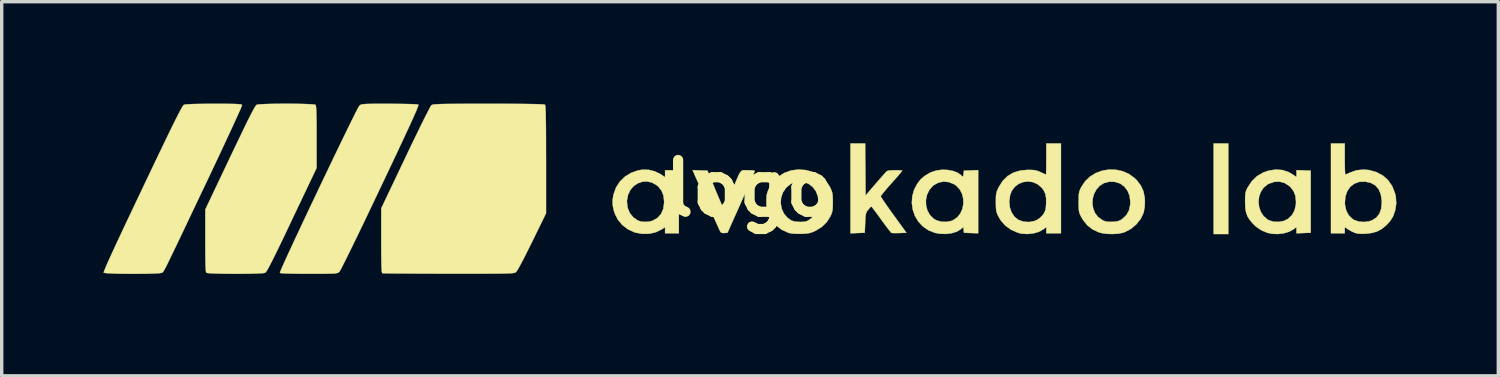
<source format=kicad_pcb>
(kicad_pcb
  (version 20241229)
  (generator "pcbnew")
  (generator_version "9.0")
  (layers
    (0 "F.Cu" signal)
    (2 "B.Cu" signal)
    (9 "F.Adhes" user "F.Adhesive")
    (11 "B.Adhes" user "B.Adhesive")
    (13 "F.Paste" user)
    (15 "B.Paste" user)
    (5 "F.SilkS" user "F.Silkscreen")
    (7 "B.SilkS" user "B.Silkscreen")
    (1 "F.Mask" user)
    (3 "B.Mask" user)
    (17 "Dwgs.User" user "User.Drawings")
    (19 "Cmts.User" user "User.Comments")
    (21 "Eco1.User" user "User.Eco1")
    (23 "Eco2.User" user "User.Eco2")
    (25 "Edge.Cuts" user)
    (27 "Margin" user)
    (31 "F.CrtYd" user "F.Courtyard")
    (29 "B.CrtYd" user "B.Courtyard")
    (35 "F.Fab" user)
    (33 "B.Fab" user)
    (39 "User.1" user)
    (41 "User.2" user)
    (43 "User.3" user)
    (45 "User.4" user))
  (footprint "logo"
    (layer "F.Cu")
    (at 19.023 2.496)
    (property "Reference" "logo" (at 0 0 0) (layer "F.SilkS") (effects (font (size 1.524 1.524) (thickness 0.3))))
    (attr through_hole)
    (fp_poly (pts (xy 14.097 1.346) (xy 13.665 1.346) (xy 13.665 -1.321) (xy 14.097 -1.321) (xy 14.097 1.346)) (stroke (width 0.01) (type solid)) (fill yes) (layer "F.SilkS"))
    (fp_poly (pts (xy -1.239 -0.521) (xy -1.006 0.044) (xy -0.94 0.202) (xy -0.88 0.344) (xy -0.829 0.464) (xy -0.79 0.554) (xy -0.765 0.609) (xy -0.758 0.622) (xy -0.745 0.604) (xy -0.715 0.545) (xy -0.673 0.452) (xy -0.621 0.331) (xy -0.562 0.19) (xy -0.534 0.121) (xy -0.456 -0.071) (xy -0.395 -0.222) (xy -0.346 -0.336) (xy -0.307 -0.419) (xy -0.274 -0.475) (xy -0.242 -0.51) (xy -0.209 -0.528) (xy -0.17 -0.535) (xy -0.121 -0.535) (xy -0.06 -0.533) (xy -0.05 -0.533) (xy 0.044 -0.531) (xy 0.115 -0.524) (xy 0.15 -0.514) (xy 0.152 -0.511) (xy 0.142 -0.483) (xy 0.114 -0.414) (xy 0.069 -0.31) (xy 0.01 -0.174) (xy -0.061 -0.013) (xy -0.142 0.169) (xy -0.23 0.366) (xy -0.249 0.41) (xy -0.651 1.308) (xy -0.743 1.316) (xy -0.812 1.314) (xy -0.852 1.288) (xy -0.863 1.271) (xy -0.879 1.239) (xy -0.912 1.166) (xy -0.961 1.06) (xy -1.021 0.927) (xy -1.091 0.773) (xy -1.167 0.606) (xy -1.246 0.431) (xy -1.326 0.254) (xy -1.403 0.084) (xy -1.474 -0.075) (xy -1.537 -0.216) (xy -1.589 -0.331) (xy -1.626 -0.416) (xy -1.642 -0.452) (xy -1.678 -0.535) (xy -1.239 -0.521)) (stroke (width 0.01) (type solid)) (fill yes) (layer "F.SilkS"))
    (fp_poly (pts (xy -2.975 -0.546) (xy -2.794 -0.501) (xy -2.627 -0.421) (xy -2.599 -0.403) (xy -2.489 -0.328) (xy -2.489 -0.533) (xy -2.083 -0.533) (xy -2.083 1.321) (xy -2.489 1.321) (xy -2.489 1.142) (xy -2.588 1.208) (xy -2.76 1.292) (xy -2.954 1.337) (xy -3.16 1.34) (xy -3.366 1.302) (xy -3.391 1.294) (xy -3.585 1.205) (xy -3.751 1.077) (xy -3.883 0.916) (xy -3.976 0.726) (xy -3.999 0.649) (xy -4.03 0.501) (xy -4.034 0.391) (xy -3.612 0.391) (xy -3.591 0.574) (xy -3.527 0.729) (xy -3.421 0.857) (xy -3.289 0.948) (xy -3.195 0.978) (xy -3.075 0.988) (xy -2.951 0.978) (xy -2.85 0.951) (xy -2.708 0.867) (xy -2.605 0.751) (xy -2.541 0.602) (xy -2.516 0.421) (xy -2.516 0.394) (xy -2.534 0.217) (xy -2.591 0.07) (xy -2.689 -0.052) (xy -2.739 -0.094) (xy -2.877 -0.171) (xy -3.02 -0.203) (xy -3.162 -0.194) (xy -3.295 -0.146) (xy -3.414 -0.065) (xy -3.51 0.047) (xy -3.578 0.186) (xy -3.61 0.347) (xy -3.612 0.391) (xy -4.034 0.391) (xy -4.035 0.371) (xy -4.017 0.231) (xy -4.004 0.174) (xy -3.932 -0.026) (xy -3.819 -0.2) (xy -3.67 -0.345) (xy -3.491 -0.455) (xy -3.286 -0.527) (xy -3.151 -0.55) (xy -2.975 -0.546)) (stroke (width 0.01) (type solid)) (fill yes) (layer "F.SilkS"))
    (fp_poly (pts (xy 3.41 -0.556) (xy 3.416 0.209) (xy 3.705 -0.125) (xy 3.802 -0.237) (xy 3.89 -0.338) (xy 3.961 -0.419) (xy 4.011 -0.475) (xy 4.031 -0.496) (xy 4.071 -0.517) (xy 4.146 -0.529) (xy 4.263 -0.533) (xy 4.282 -0.533) (xy 4.379 -0.532) (xy 4.453 -0.528) (xy 4.492 -0.522) (xy 4.496 -0.519) (xy 4.48 -0.497) (xy 4.435 -0.443) (xy 4.366 -0.363) (xy 4.28 -0.264) (xy 4.18 -0.152) (xy 4.178 -0.15) (xy 4.078 -0.037) (xy 3.991 0.065) (xy 3.923 0.148) (xy 3.878 0.207) (xy 3.862 0.235) (xy 3.862 0.235) (xy 3.877 0.264) (xy 3.917 0.327) (xy 3.98 0.42) (xy 4.061 0.536) (xy 4.155 0.669) (xy 4.24 0.787) (xy 4.618 1.308) (xy 4.413 1.316) (xy 4.313 1.318) (xy 4.232 1.317) (xy 4.184 1.313) (xy 4.179 1.312) (xy 4.155 1.288) (xy 4.108 1.23) (xy 4.041 1.144) (xy 3.961 1.036) (xy 3.874 0.917) (xy 3.787 0.796) (xy 3.709 0.691) (xy 3.646 0.608) (xy 3.603 0.553) (xy 3.584 0.533) (xy 3.561 0.552) (xy 3.518 0.598) (xy 3.493 0.629) (xy 3.459 0.673) (xy 3.437 0.715) (xy 3.423 0.766) (xy 3.413 0.838) (xy 3.407 0.944) (xy 3.404 1.016) (xy 3.391 1.308) (xy 2.972 1.323) (xy 2.972 -1.321) (xy 3.403 -1.321) (xy 3.41 -0.556)) (stroke (width 0.01) (type solid)) (fill yes) (layer "F.SilkS"))
    (fp_poly (pts (xy 5.829 -0.542) (xy 5.987 -0.513) (xy 6.125 -0.461) (xy 6.229 -0.387) (xy 6.24 -0.376) (xy 6.27 -0.345) (xy 6.286 -0.349) (xy 6.295 -0.393) (xy 6.299 -0.422) (xy 6.312 -0.521) (xy 6.521 -0.528) (xy 6.731 -0.535) (xy 6.731 1.323) (xy 6.312 1.308) (xy 6.304 1.225) (xy 6.296 1.141) (xy 6.22 1.205) (xy 6.107 1.273) (xy 5.96 1.319) (xy 5.793 1.342) (xy 5.62 1.339) (xy 5.459 1.311) (xy 5.267 1.235) (xy 5.103 1.122) (xy 4.969 0.979) (xy 4.869 0.811) (xy 4.805 0.627) (xy 4.778 0.432) (xy 4.783 0.347) (xy 5.192 0.347) (xy 5.197 0.502) (xy 5.236 0.651) (xy 5.309 0.783) (xy 5.414 0.889) (xy 5.49 0.936) (xy 5.629 0.98) (xy 5.783 0.988) (xy 5.932 0.962) (xy 5.983 0.943) (xy 6.109 0.86) (xy 6.203 0.746) (xy 6.265 0.61) (xy 6.295 0.462) (xy 6.292 0.309) (xy 6.257 0.162) (xy 6.188 0.03) (xy 6.085 -0.079) (xy 6.029 -0.118) (xy 5.874 -0.182) (xy 5.717 -0.2) (xy 5.564 -0.17) (xy 5.425 -0.095) (xy 5.394 -0.07) (xy 5.29 0.052) (xy 5.223 0.194) (xy 5.192 0.347) (xy 4.783 0.347) (xy 4.791 0.233) (xy 4.847 0.037) (xy 4.944 -0.145) (xy 5.04 -0.266) (xy 5.151 -0.363) (xy 5.291 -0.447) (xy 5.353 -0.477) (xy 5.5 -0.525) (xy 5.663 -0.547) (xy 5.829 -0.542)) (stroke (width 0.01) (type solid)) (fill yes) (layer "F.SilkS"))
    (fp_poly (pts (xy 15.692 -0.539) (xy 15.877 -0.477) (xy 15.977 -0.419) (xy 16.104 -0.334) (xy 16.104 -0.535) (xy 16.313 -0.528) (xy 16.523 -0.521) (xy 16.523 1.308) (xy 16.104 1.323) (xy 16.104 1.14) (xy 16.016 1.207) (xy 15.889 1.277) (xy 15.732 1.324) (xy 15.56 1.345) (xy 15.389 1.339) (xy 15.253 1.311) (xy 15.07 1.235) (xy 14.917 1.131) (xy 14.825 1.043) (xy 14.729 0.931) (xy 14.663 0.827) (xy 14.621 0.716) (xy 14.599 0.584) (xy 14.592 0.419) (xy 14.592 0.397) (xy 14.987 0.397) (xy 15.004 0.549) (xy 15.054 0.693) (xy 15.136 0.818) (xy 15.25 0.916) (xy 15.302 0.944) (xy 15.436 0.983) (xy 15.585 0.987) (xy 15.73 0.96) (xy 15.853 0.901) (xy 15.853 0.901) (xy 15.972 0.788) (xy 16.05 0.645) (xy 16.087 0.473) (xy 16.09 0.394) (xy 16.073 0.225) (xy 16.021 0.086) (xy 15.929 -0.034) (xy 15.891 -0.07) (xy 15.757 -0.156) (xy 15.607 -0.197) (xy 15.45 -0.191) (xy 15.294 -0.138) (xy 15.256 -0.118) (xy 15.138 -0.021) (xy 15.054 0.103) (xy 15.004 0.245) (xy 14.987 0.397) (xy 14.592 0.397) (xy 14.592 0.394) (xy 14.593 0.267) (xy 14.598 0.176) (xy 14.609 0.109) (xy 14.628 0.052) (xy 14.658 -0.011) (xy 14.662 -0.018) (xy 14.789 -0.21) (xy 14.944 -0.36) (xy 15.128 -0.468) (xy 15.277 -0.519) (xy 15.492 -0.553) (xy 15.692 -0.539)) (stroke (width 0.01) (type solid)) (fill yes) (layer "F.SilkS"))
    (fp_poly (pts (xy 17.526 -0.864) (xy 17.527 -0.718) (xy 17.529 -0.591) (xy 17.533 -0.491) (xy 17.538 -0.427) (xy 17.543 -0.406) (xy 17.575 -0.417) (xy 17.634 -0.442) (xy 17.667 -0.458) (xy 17.87 -0.531) (xy 18.078 -0.553) (xy 18.238 -0.539) (xy 18.458 -0.478) (xy 18.647 -0.378) (xy 18.802 -0.24) (xy 18.922 -0.067) (xy 19.004 0.14) (xy 19.03 0.249) (xy 19.042 0.449) (xy 19.01 0.655) (xy 18.945 0.834) (xy 18.86 0.967) (xy 18.741 1.095) (xy 18.606 1.202) (xy 18.473 1.271) (xy 18.344 1.309) (xy 18.196 1.332) (xy 18.047 1.34) (xy 17.914 1.332) (xy 17.823 1.311) (xy 17.739 1.273) (xy 17.648 1.223) (xy 17.626 1.209) (xy 17.526 1.142) (xy 17.526 1.321) (xy 17.12 1.321) (xy 17.12 0.41) (xy 17.529 0.41) (xy 17.533 0.488) (xy 17.569 0.653) (xy 17.643 0.792) (xy 17.751 0.899) (xy 17.803 0.931) (xy 17.935 0.977) (xy 18.086 0.991) (xy 18.237 0.973) (xy 18.327 0.943) (xy 18.454 0.863) (xy 18.543 0.753) (xy 18.597 0.61) (xy 18.616 0.433) (xy 18.615 0.35) (xy 18.586 0.168) (xy 18.522 0.021) (xy 18.423 -0.089) (xy 18.289 -0.163) (xy 18.122 -0.198) (xy 18.118 -0.198) (xy 17.953 -0.19) (xy 17.809 -0.138) (xy 17.691 -0.048) (xy 17.603 0.076) (xy 17.548 0.23) (xy 17.529 0.41) (xy 17.12 0.41) (xy 17.12 -1.321) (xy 17.526 -1.321) (xy 17.526 -0.864)) (stroke (width 0.01) (type solid)) (fill yes) (layer "F.SilkS"))
    (fp_poly (pts (xy -13.407 -2.49) (xy -13.235 -2.487) (xy -13.081 -2.483) (xy -12.951 -2.478) (xy -12.853 -2.471) (xy -12.794 -2.464) (xy -12.781 -2.459) (xy -12.773 -2.436) (xy -12.766 -2.383) (xy -12.76 -2.297) (xy -12.756 -2.175) (xy -12.753 -2.013) (xy -12.751 -1.807) (xy -12.751 -1.555) (xy -12.751 -1.514) (xy -12.751 -0.599) (xy -13.478 0.929) (xy -13.627 1.244) (xy -13.757 1.516) (xy -13.869 1.747) (xy -13.963 1.94) (xy -14.042 2.099) (xy -14.107 2.227) (xy -14.159 2.325) (xy -14.199 2.398) (xy -14.23 2.447) (xy -14.253 2.476) (xy -14.266 2.486) (xy -14.31 2.495) (xy -14.395 2.502) (xy -14.514 2.507) (xy -14.661 2.512) (xy -14.827 2.515) (xy -15.006 2.516) (xy -15.19 2.516) (xy -15.371 2.515) (xy -15.543 2.512) (xy -15.697 2.509) (xy -15.827 2.503) (xy -15.925 2.497) (xy -15.984 2.489) (xy -15.997 2.484) (xy -16.006 2.461) (xy -16.013 2.408) (xy -16.018 2.323) (xy -16.022 2.2) (xy -16.025 2.038) (xy -16.027 1.833) (xy -16.027 1.581) (xy -16.027 1.539) (xy -16.027 0.624) (xy -15.301 -0.905) (xy -15.151 -1.219) (xy -15.021 -1.49) (xy -14.91 -1.721) (xy -14.816 -1.915) (xy -14.737 -2.073) (xy -14.672 -2.201) (xy -14.62 -2.299) (xy -14.58 -2.371) (xy -14.549 -2.421) (xy -14.526 -2.45) (xy -14.512 -2.461) (xy -14.469 -2.469) (xy -14.384 -2.476) (xy -14.264 -2.482) (xy -14.117 -2.486) (xy -13.951 -2.489) (xy -13.772 -2.491) (xy -13.588 -2.491) (xy -13.407 -2.49)) (stroke (width 0.01) (type solid)) (fill yes) (layer "F.SilkS"))
    (fp_poly (pts (xy 9.169 1.321) (xy 8.738 1.321) (xy 8.738 1.14) (xy 8.65 1.207) (xy 8.52 1.28) (xy 8.36 1.326) (xy 8.186 1.345) (xy 8.015 1.335) (xy 7.912 1.311) (xy 7.702 1.221) (xy 7.53 1.097) (xy 7.392 0.938) (xy 7.322 0.817) (xy 7.29 0.746) (xy 7.269 0.682) (xy 7.258 0.611) (xy 7.253 0.517) (xy 7.252 0.406) (xy 7.252 0.384) (xy 7.647 0.384) (xy 7.662 0.554) (xy 7.713 0.706) (xy 7.797 0.833) (xy 7.911 0.925) (xy 7.922 0.931) (xy 8.064 0.98) (xy 8.222 0.992) (xy 8.377 0.966) (xy 8.459 0.933) (xy 8.553 0.869) (xy 8.635 0.784) (xy 8.646 0.769) (xy 8.686 0.704) (xy 8.711 0.638) (xy 8.725 0.554) (xy 8.732 0.461) (xy 8.733 0.301) (xy 8.713 0.175) (xy 8.667 0.069) (xy 8.602 -0.019) (xy 8.482 -0.121) (xy 8.346 -0.182) (xy 8.202 -0.203) (xy 8.06 -0.186) (xy 7.926 -0.134) (xy 7.811 -0.047) (xy 7.722 0.071) (xy 7.671 0.203) (xy 7.647 0.384) (xy 7.252 0.384) (xy 7.253 0.282) (xy 7.258 0.194) (xy 7.27 0.125) (xy 7.293 0.059) (xy 7.329 -0.018) (xy 7.335 -0.031) (xy 7.451 -0.217) (xy 7.596 -0.361) (xy 7.77 -0.463) (xy 7.973 -0.524) (xy 8.191 -0.544) (xy 8.312 -0.542) (xy 8.4 -0.534) (xy 8.475 -0.515) (xy 8.555 -0.482) (xy 8.569 -0.476) (xy 8.647 -0.44) (xy 8.704 -0.415) (xy 8.728 -0.406) (xy 8.731 -0.43) (xy 8.734 -0.497) (xy 8.736 -0.599) (xy 8.737 -0.727) (xy 8.738 -0.864) (xy 8.738 -1.321) (xy 9.169 -1.321) (xy 9.169 1.321)) (stroke (width 0.01) (type solid)) (fill yes) (layer "F.SilkS"))
    (fp_poly (pts (xy 10.783 -0.548) (xy 10.981 -0.506) (xy 11.168 -0.424) (xy 11.337 -0.303) (xy 11.405 -0.236) (xy 11.523 -0.079) (xy 11.599 0.09) (xy 11.636 0.283) (xy 11.641 0.394) (xy 11.633 0.555) (xy 11.609 0.691) (xy 11.6 0.724) (xy 11.515 0.9) (xy 11.39 1.058) (xy 11.235 1.19) (xy 11.059 1.284) (xy 10.991 1.308) (xy 10.859 1.334) (xy 10.701 1.345) (xy 10.537 1.341) (xy 10.387 1.322) (xy 10.295 1.299) (xy 10.105 1.212) (xy 9.949 1.092) (xy 9.82 0.932) (xy 9.759 0.828) (xy 9.729 0.767) (xy 9.709 0.711) (xy 9.697 0.648) (xy 9.692 0.563) (xy 9.69 0.446) (xy 10.095 0.446) (xy 10.117 0.59) (xy 10.171 0.725) (xy 10.26 0.842) (xy 10.384 0.933) (xy 10.392 0.937) (xy 10.467 0.969) (xy 10.542 0.984) (xy 10.64 0.987) (xy 10.685 0.985) (xy 10.792 0.977) (xy 10.868 0.96) (xy 10.934 0.929) (xy 10.976 0.901) (xy 11.096 0.788) (xy 11.173 0.646) (xy 11.21 0.474) (xy 11.212 0.394) (xy 11.189 0.217) (xy 11.127 0.065) (xy 11.031 -0.057) (xy 10.906 -0.144) (xy 10.756 -0.191) (xy 10.587 -0.195) (xy 10.584 -0.194) (xy 10.435 -0.154) (xy 10.312 -0.077) (xy 10.215 0.03) (xy 10.146 0.157) (xy 10.105 0.299) (xy 10.095 0.446) (xy 9.69 0.446) (xy 9.69 0.444) (xy 9.69 0.406) (xy 9.691 0.277) (xy 9.695 0.185) (xy 9.705 0.116) (xy 9.723 0.057) (xy 9.751 -0.006) (xy 9.765 -0.034) (xy 9.879 -0.207) (xy 10.025 -0.346) (xy 10.196 -0.451) (xy 10.383 -0.52) (xy 10.582 -0.553) (xy 10.783 -0.548)) (stroke (width 0.01) (type solid)) (fill yes) (layer "F.SilkS"))
    (fp_poly (pts (xy 1.655 -0.538) (xy 1.877 -0.477) (xy 2.069 -0.377) (xy 2.228 -0.239) (xy 2.353 -0.064) (xy 2.384 -0.003) (xy 2.415 0.069) (xy 2.435 0.136) (xy 2.446 0.212) (xy 2.45 0.313) (xy 2.451 0.406) (xy 2.45 0.534) (xy 2.443 0.625) (xy 2.43 0.697) (xy 2.407 0.764) (xy 2.384 0.817) (xy 2.274 0.992) (xy 2.124 1.138) (xy 1.935 1.252) (xy 1.934 1.253) (xy 1.847 1.291) (xy 1.771 1.315) (xy 1.689 1.329) (xy 1.582 1.337) (xy 1.511 1.339) (xy 1.344 1.338) (xy 1.214 1.325) (xy 1.15 1.311) (xy 0.947 1.219) (xy 0.773 1.087) (xy 0.633 0.918) (xy 0.562 0.79) (xy 0.53 0.712) (xy 0.509 0.639) (xy 0.499 0.555) (xy 0.496 0.445) (xy 0.917 0.445) (xy 0.946 0.601) (xy 1.013 0.745) (xy 1.116 0.867) (xy 1.232 0.948) (xy 1.308 0.972) (xy 1.413 0.986) (xy 1.528 0.989) (xy 1.631 0.98) (xy 1.685 0.967) (xy 1.774 0.915) (xy 1.867 0.834) (xy 1.946 0.74) (xy 1.985 0.673) (xy 2.019 0.556) (xy 2.031 0.407) (xy 2.031 0.403) (xy 2.011 0.234) (xy 1.954 0.088) (xy 1.867 -0.032) (xy 1.756 -0.122) (xy 1.629 -0.18) (xy 1.492 -0.203) (xy 1.352 -0.188) (xy 1.216 -0.132) (xy 1.09 -0.032) (xy 1.071 -0.011) (xy 0.977 0.13) (xy 0.927 0.284) (xy 0.917 0.445) (xy 0.496 0.445) (xy 0.496 0.441) (xy 0.496 0.406) (xy 0.497 0.286) (xy 0.504 0.199) (xy 0.521 0.127) (xy 0.55 0.052) (xy 0.574 0) (xy 0.689 -0.186) (xy 0.838 -0.337) (xy 1.015 -0.451) (xy 1.215 -0.524) (xy 1.431 -0.554) (xy 1.655 -0.538)) (stroke (width 0.01) (type solid)) (fill yes) (layer "F.SilkS"))
    (fp_poly (pts (xy -10.609 -2.489) (xy -10.409 -2.488) (xy -10.225 -2.486) (xy -10.062 -2.483) (xy -9.928 -2.479) (xy -9.828 -2.474) (xy -9.769 -2.469) (xy -9.756 -2.466) (xy -9.754 -2.454) (xy -9.761 -2.424) (xy -9.779 -2.375) (xy -9.807 -2.304) (xy -9.848 -2.208) (xy -9.902 -2.086) (xy -9.971 -1.935) (xy -10.054 -1.753) (xy -10.154 -1.538) (xy -10.271 -1.288) (xy -10.406 -1) (xy -10.561 -0.673) (xy -10.736 -0.303) (xy -10.87 -0.022) (xy -11.051 0.359) (xy -11.22 0.714) (xy -11.378 1.043) (xy -11.522 1.343) (xy -11.653 1.612) (xy -11.768 1.847) (xy -11.867 2.048) (xy -11.949 2.211) (xy -12.012 2.335) (xy -12.056 2.417) (xy -12.08 2.456) (xy -12.082 2.457) (xy -12.1 2.473) (xy -12.12 2.485) (xy -12.147 2.495) (xy -12.188 2.502) (xy -12.246 2.508) (xy -12.329 2.511) (xy -12.442 2.513) (xy -12.589 2.514) (xy -12.777 2.515) (xy -12.979 2.515) (xy -13.246 2.514) (xy -13.463 2.511) (xy -13.629 2.507) (xy -13.746 2.502) (xy -13.813 2.494) (xy -13.831 2.488) (xy -13.823 2.461) (xy -13.795 2.392) (xy -13.748 2.284) (xy -13.684 2.142) (xy -13.605 1.969) (xy -13.512 1.768) (xy -13.408 1.543) (xy -13.293 1.298) (xy -13.17 1.036) (xy -13.041 0.762) (xy -12.907 0.478) (xy -12.769 0.189) (xy -12.631 -0.103) (xy -12.492 -0.393) (xy -12.356 -0.677) (xy -12.224 -0.953) (xy -12.097 -1.216) (xy -11.977 -1.463) (xy -11.867 -1.69) (xy -11.767 -1.893) (xy -11.68 -2.07) (xy -11.607 -2.216) (xy -11.55 -2.327) (xy -11.51 -2.4) (xy -11.49 -2.432) (xy -11.49 -2.432) (xy -11.472 -2.448) (xy -11.451 -2.46) (xy -11.424 -2.47) (xy -11.383 -2.477) (xy -11.323 -2.482) (xy -11.239 -2.486) (xy -11.125 -2.488) (xy -10.976 -2.489) (xy -10.786 -2.489) (xy -10.609 -2.489)) (stroke (width 0.01) (type solid)) (fill yes) (layer "F.SilkS"))
    (fp_poly (pts (xy -7.337 -2.489) (xy -7.036 -2.488) (xy -6.78 -2.487) (xy -6.567 -2.485) (xy -6.394 -2.482) (xy -6.257 -2.479) (xy -6.155 -2.475) (xy -6.084 -2.47) (xy -6.041 -2.465) (xy -6.025 -2.459) (xy -6.018 -2.439) (xy -6.013 -2.394) (xy -6.008 -2.32) (xy -6.004 -2.213) (xy -6.001 -2.072) (xy -5.998 -1.894) (xy -5.996 -1.675) (xy -5.995 -1.414) (xy -5.995 -1.106) (xy -5.994 -0.846) (xy -5.994 0.735) (xy -6.409 1.583) (xy -6.533 1.833) (xy -6.64 2.045) (xy -6.73 2.216) (xy -6.8 2.345) (xy -6.852 2.43) (xy -6.883 2.471) (xy -6.885 2.472) (xy -6.9 2.48) (xy -6.921 2.487) (xy -6.954 2.493) (xy -7 2.498) (xy -7.064 2.502) (xy -7.149 2.505) (xy -7.258 2.508) (xy -7.395 2.51) (xy -7.563 2.511) (xy -7.766 2.512) (xy -8.008 2.513) (xy -8.291 2.513) (xy -8.618 2.513) (xy -8.864 2.513) (xy -9.172 2.512) (xy -9.466 2.511) (xy -9.741 2.51) (xy -9.994 2.509) (xy -10.22 2.507) (xy -10.415 2.506) (xy -10.577 2.504) (xy -10.699 2.502) (xy -10.78 2.5) (xy -10.813 2.498) (xy -10.814 2.498) (xy -10.823 2.483) (xy -10.83 2.445) (xy -10.835 2.378) (xy -10.839 2.279) (xy -10.843 2.145) (xy -10.845 1.97) (xy -10.846 1.752) (xy -10.846 1.537) (xy -10.846 0.589) (xy -10.135 -0.906) (xy -10.012 -1.165) (xy -9.893 -1.411) (xy -9.782 -1.64) (xy -9.68 -1.848) (xy -9.589 -2.032) (xy -9.511 -2.187) (xy -9.448 -2.309) (xy -9.402 -2.395) (xy -9.375 -2.439) (xy -9.371 -2.445) (xy -9.357 -2.454) (xy -9.337 -2.461) (xy -9.307 -2.468) (xy -9.263 -2.473) (xy -9.202 -2.478) (xy -9.119 -2.481) (xy -9.012 -2.484) (xy -8.875 -2.486) (xy -8.706 -2.487) (xy -8.501 -2.488) (xy -8.255 -2.489) (xy -7.966 -2.489) (xy -7.686 -2.489) (xy -7.337 -2.489)) (stroke (width 0.01) (type solid)) (fill yes) (layer "F.SilkS"))
    (fp_poly (pts (xy -15.548 -2.489) (xy -15.363 -2.488) (xy -15.22 -2.486) (xy -15.112 -2.483) (xy -15.036 -2.478) (xy -14.986 -2.472) (xy -14.957 -2.464) (xy -14.945 -2.454) (xy -14.945 -2.453) (xy -14.954 -2.425) (xy -14.983 -2.355) (xy -15.031 -2.245) (xy -15.097 -2.099) (xy -15.179 -1.92) (xy -15.276 -1.71) (xy -15.386 -1.474) (xy -15.507 -1.213) (xy -15.639 -0.932) (xy -15.78 -0.633) (xy -15.928 -0.32) (xy -16.016 -0.135) (xy -16.207 0.265) (xy -16.377 0.623) (xy -16.527 0.939) (xy -16.659 1.218) (xy -16.775 1.46) (xy -16.875 1.669) (xy -16.96 1.847) (xy -17.032 1.996) (xy -17.092 2.12) (xy -17.141 2.221) (xy -17.181 2.3) (xy -17.213 2.361) (xy -17.238 2.406) (xy -17.256 2.438) (xy -17.271 2.459) (xy -17.282 2.472) (xy -17.291 2.478) (xy -17.299 2.482) (xy -17.307 2.484) (xy -17.316 2.487) (xy -17.359 2.496) (xy -17.444 2.503) (xy -17.563 2.508) (xy -17.709 2.512) (xy -17.874 2.515) (xy -18.052 2.516) (xy -18.233 2.516) (xy -18.412 2.515) (xy -18.581 2.512) (xy -18.733 2.508) (xy -18.859 2.502) (xy -18.953 2.495) (xy -19.008 2.487) (xy -19.018 2.483) (xy -19.015 2.461) (xy -18.995 2.407) (xy -18.959 2.319) (xy -18.906 2.197) (xy -18.834 2.038) (xy -18.744 1.841) (xy -18.635 1.606) (xy -18.507 1.331) (xy -18.358 1.015) (xy -18.188 0.656) (xy -17.997 0.254) (xy -17.883 0.013) (xy -17.69 -0.392) (xy -17.518 -0.753) (xy -17.365 -1.072) (xy -17.23 -1.352) (xy -17.113 -1.595) (xy -17.012 -1.802) (xy -16.926 -1.977) (xy -16.853 -2.12) (xy -16.794 -2.235) (xy -16.747 -2.324) (xy -16.711 -2.388) (xy -16.684 -2.431) (xy -16.666 -2.453) (xy -16.661 -2.457) (xy -16.626 -2.467) (xy -16.561 -2.474) (xy -16.462 -2.48) (xy -16.325 -2.484) (xy -16.146 -2.487) (xy -15.923 -2.489) (xy -15.779 -2.489) (xy -15.548 -2.489)) (stroke (width 0.01) (type solid)) (fill yes) (layer "F.SilkS")))
  (gr_rect
    (start -3 -3)
    (end 41.071 8.017)
    (stroke (width 0.1) (type default))
    (fill no)
    (layer "Edge.Cuts")))
</source>
